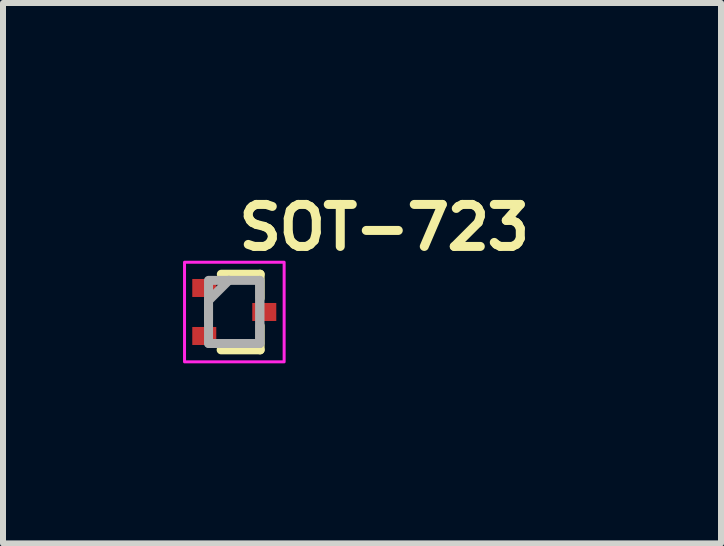
<source format=kicad_pcb>
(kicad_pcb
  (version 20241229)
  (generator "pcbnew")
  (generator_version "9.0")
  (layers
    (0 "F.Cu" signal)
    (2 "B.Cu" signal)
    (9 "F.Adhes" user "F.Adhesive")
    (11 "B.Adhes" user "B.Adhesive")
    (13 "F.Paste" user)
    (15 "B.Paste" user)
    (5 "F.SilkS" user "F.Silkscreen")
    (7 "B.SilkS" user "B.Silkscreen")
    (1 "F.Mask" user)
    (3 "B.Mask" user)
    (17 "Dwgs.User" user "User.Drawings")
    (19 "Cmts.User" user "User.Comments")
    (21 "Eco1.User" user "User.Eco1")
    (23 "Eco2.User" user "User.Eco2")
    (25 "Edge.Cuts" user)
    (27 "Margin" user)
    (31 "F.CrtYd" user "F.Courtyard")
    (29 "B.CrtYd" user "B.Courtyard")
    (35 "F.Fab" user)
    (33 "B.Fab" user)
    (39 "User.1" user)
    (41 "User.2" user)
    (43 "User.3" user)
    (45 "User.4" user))
  (footprint "SOT-723"
    (layer "F.Cu")
    (at 0.855 2.15)
    (property "Reference" "SOT-723" (at 0 -1 0) (layer "F.SilkS") (effects (font (size 0.7 0.7) (thickness 0.15)) (justify left bottom)))
    (attr smd)
    (fp_line (start -0.43 -0.138) (end -0.43 0.138) (stroke (width 0.15) (type solid)) (layer "F.SilkS"))
    (fp_line (start 0.43 -0.63) (end -0.217 -0.63) (stroke (width 0.15) (type solid)) (layer "F.SilkS"))
    (fp_line (start 0.43 -0.23) (end 0.43 -0.63) (stroke (width 0.15) (type solid)) (layer "F.SilkS"))
    (fp_line (start 0.43 0.23) (end 0.43 0.63) (stroke (width 0.15) (type solid)) (layer "F.SilkS"))
    (fp_line (start 0.43 0.63) (end -0.22 0.63) (stroke (width 0.15) (type solid)) (layer "F.SilkS"))
    (fp_rect (start -0.83 -0.83) (end 0.83 0.83) (stroke (width 0.05) (type solid)) (fill no) (layer "F.CrtYd"))
    (fp_line (start -0.09 -0.53) (end -0.43 -0.19) (stroke (width 0.15) (type solid)) (layer "F.Fab"))
    (fp_line (start 0.424 -0.528) (end 0.424 0.524) (stroke (width 0.15) (type solid)) (layer "F.Fab"))
    (fp_line (start 0.424 0.524) (end -0.424 0.524) (stroke (width 0.15) (type solid)) (layer "F.Fab"))
    (fp_rect (start 0.424 0.524) (end -0.43 -0.528) (stroke (width 0.15) (type solid)) (fill no) (layer "F.Fab"))
    (fp_rect (start 0.599 -0.601) (end -0.601 0.599) (stroke (width 0.1) (type solid)) (fill no) (layer "User.5"))
    (fp_line (start -0.601 -0.509) (end -0.601 -0.289) (stroke (width 0.02) (type solid)) (layer "User.9"))
    (fp_line (start -0.601 -0.289) (end -0.403 -0.289) (stroke (width 0.02) (type solid)) (layer "User.9"))
    (fp_line (start -0.601 0.289) (end -0.601 0.509) (stroke (width 0.02) (type solid)) (layer "User.9"))
    (fp_line (start -0.601 0.509) (end -0.403 0.509) (stroke (width 0.02) (type solid)) (layer "User.9"))
    (fp_line (start -0.403 -0.599) (end -0.403 0.599) (stroke (width 0.02) (type solid)) (layer "User.9"))
    (fp_line (start -0.403 -0.509) (end -0.601 -0.509) (stroke (width 0.02) (type solid)) (layer "User.9"))
    (fp_line (start -0.403 0.289) (end -0.601 0.289) (stroke (width 0.02) (type solid)) (layer "User.9"))
    (fp_line (start -0.403 0.599) (end 0.399 0.599) (stroke (width 0.02) (type solid)) (layer "User.9"))
    (fp_line (start -0.354 -0.553) (end -0.403 -0.599) (stroke (width 0.02) (type solid)) (layer "User.9"))
    (fp_line (start -0.354 -0.553) (end -0.354 0.553) (stroke (width 0.02) (type solid)) (layer "User.9"))
    (fp_line (start -0.354 0.553) (end -0.403 0.599) (stroke (width 0.02) (type solid)) (layer "User.9"))
    (fp_line (start -0.354 0.553) (end 0.35 0.553) (stroke (width 0.02) (type solid)) (layer "User.9"))
    (fp_line (start 0.35 -0.553) (end -0.354 -0.553) (stroke (width 0.02) (type solid)) (layer "User.9"))
    (fp_line (start 0.35 -0.553) (end 0.399 -0.599) (stroke (width 0.02) (type solid)) (layer "User.9"))
    (fp_line (start 0.35 0.553) (end 0.35 -0.553) (stroke (width 0.02) (type solid)) (layer "User.9"))
    (fp_line (start 0.35 0.553) (end 0.399 0.599) (stroke (width 0.02) (type solid)) (layer "User.9"))
    (fp_line (start 0.399 -0.599) (end -0.403 -0.599) (stroke (width 0.02) (type solid)) (layer "User.9"))
    (fp_line (start 0.399 0.159) (end 0.597 0.159) (stroke (width 0.02) (type solid)) (layer "User.9"))
    (fp_line (start 0.399 0.599) (end 0.399 -0.599) (stroke (width 0.02) (type solid)) (layer "User.9"))
    (fp_line (start 0.597 -0.161) (end 0.399 -0.161) (stroke (width 0.02) (type solid)) (layer "User.9"))
    (fp_line (start 0.597 0.159) (end 0.597 -0.161) (stroke (width 0.02) (type solid)) (layer "User.9"))
    (pad "1" smd rect (at -0.501 -0.401 270) (size 0.3 0.4) (layers "F.Cu" "F.Mask" "F.Paste"))
    (pad "2" smd rect (at -0.501 0.399 270) (size 0.3 0.4) (layers "F.Cu" "F.Mask" "F.Paste"))
    (pad "3" smd rect (at 0.499 -0.001 270) (size 0.3 0.4) (layers "F.Cu" "F.Mask" "F.Paste")))
  (gr_rect
    (start -3 -3)
    (end 8.965 6.005)
    (stroke (width 0.1) (type default))
    (fill no)
    (layer "Edge.Cuts")))
</source>
